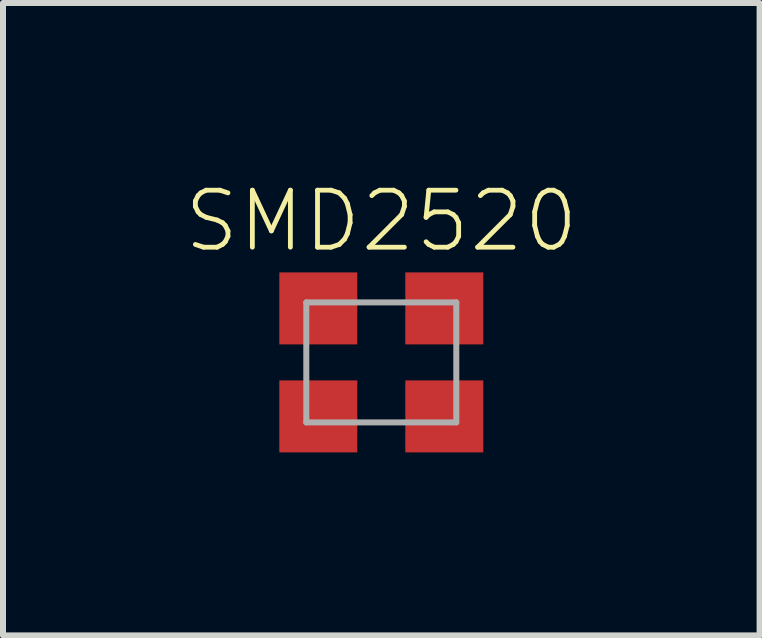
<source format=kicad_pcb>
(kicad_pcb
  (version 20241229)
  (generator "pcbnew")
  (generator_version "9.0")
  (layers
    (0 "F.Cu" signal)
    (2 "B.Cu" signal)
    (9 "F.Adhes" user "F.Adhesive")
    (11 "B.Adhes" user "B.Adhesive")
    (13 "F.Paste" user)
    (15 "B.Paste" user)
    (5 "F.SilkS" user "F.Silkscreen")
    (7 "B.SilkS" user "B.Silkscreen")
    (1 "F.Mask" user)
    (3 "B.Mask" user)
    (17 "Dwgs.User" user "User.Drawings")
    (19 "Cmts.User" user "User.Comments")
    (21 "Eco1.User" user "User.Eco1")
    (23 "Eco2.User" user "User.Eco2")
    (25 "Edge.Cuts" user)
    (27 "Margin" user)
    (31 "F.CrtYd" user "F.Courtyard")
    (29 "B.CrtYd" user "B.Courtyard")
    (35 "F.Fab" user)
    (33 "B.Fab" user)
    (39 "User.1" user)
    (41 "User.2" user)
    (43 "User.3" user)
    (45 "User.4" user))
  (footprint "SMD2520"
    (layer "F.Cu")
    (at 3.305 2.99)
    (property "Reference" "SMD2520" (at 0 -1.8 0) (layer "F.SilkS") (effects (font (size 0.95 0.95) (thickness 0.08)) (justify bottom)))
    (attr smd)
    (fp_poly (pts (xy -1.75 -0.25) (xy -0.35 -0.25) (xy -0.35 -1.55) (xy -1.75 -1.55)) (stroke (width 0) (type solid)) (fill yes) (layer "F.Mask"))
    (fp_poly (pts (xy -1.75 1.55) (xy -0.35 1.55) (xy -0.35 0.25) (xy -1.75 0.25)) (stroke (width 0) (type solid)) (fill yes) (layer "F.Mask"))
    (fp_poly (pts (xy 0.35 -0.25) (xy 1.75 -0.25) (xy 1.75 -1.55) (xy 0.35 -1.55)) (stroke (width 0) (type solid)) (fill yes) (layer "F.Mask"))
    (fp_poly (pts (xy 0.35 1.55) (xy 1.75 1.55) (xy 1.75 0.25) (xy 0.35 0.25)) (stroke (width 0) (type solid)) (fill yes) (layer "F.Mask"))
    (fp_line (start -1.25 -1) (end 1.25 -1) (stroke (width 0.1) (type solid)) (layer "F.Fab"))
    (fp_line (start -1.25 1) (end -1.25 -1) (stroke (width 0.1) (type solid)) (layer "F.Fab"))
    (fp_line (start 1.25 -1) (end 1.25 1) (stroke (width 0.1) (type solid)) (layer "F.Fab"))
    (fp_line (start 1.25 1) (end -1.25 1) (stroke (width 0.1) (type solid)) (layer "F.Fab"))
    (pad "1" smd rect (at -1.05 0.9) (size 1.3 1.2) (layers "F.Cu" "F.Mask" "F.Paste"))
    (pad "2" smd rect (at 1.05 0.9) (size 1.3 1.2) (layers "F.Cu" "F.Mask" "F.Paste"))
    (pad "3" smd rect (at 1.05 -0.9) (size 1.3 1.2) (layers "F.Cu" "F.Mask" "F.Paste"))
    (pad "4" smd rect (at -1.05 -0.9) (size 1.3 1.2) (layers "F.Cu" "F.Mask" "F.Paste")))
  (gr_rect
    (start -3 -3)
    (end 9.61 7.54)
    (stroke (width 0.1) (type default))
    (fill no)
    (layer "Edge.Cuts")))
</source>
